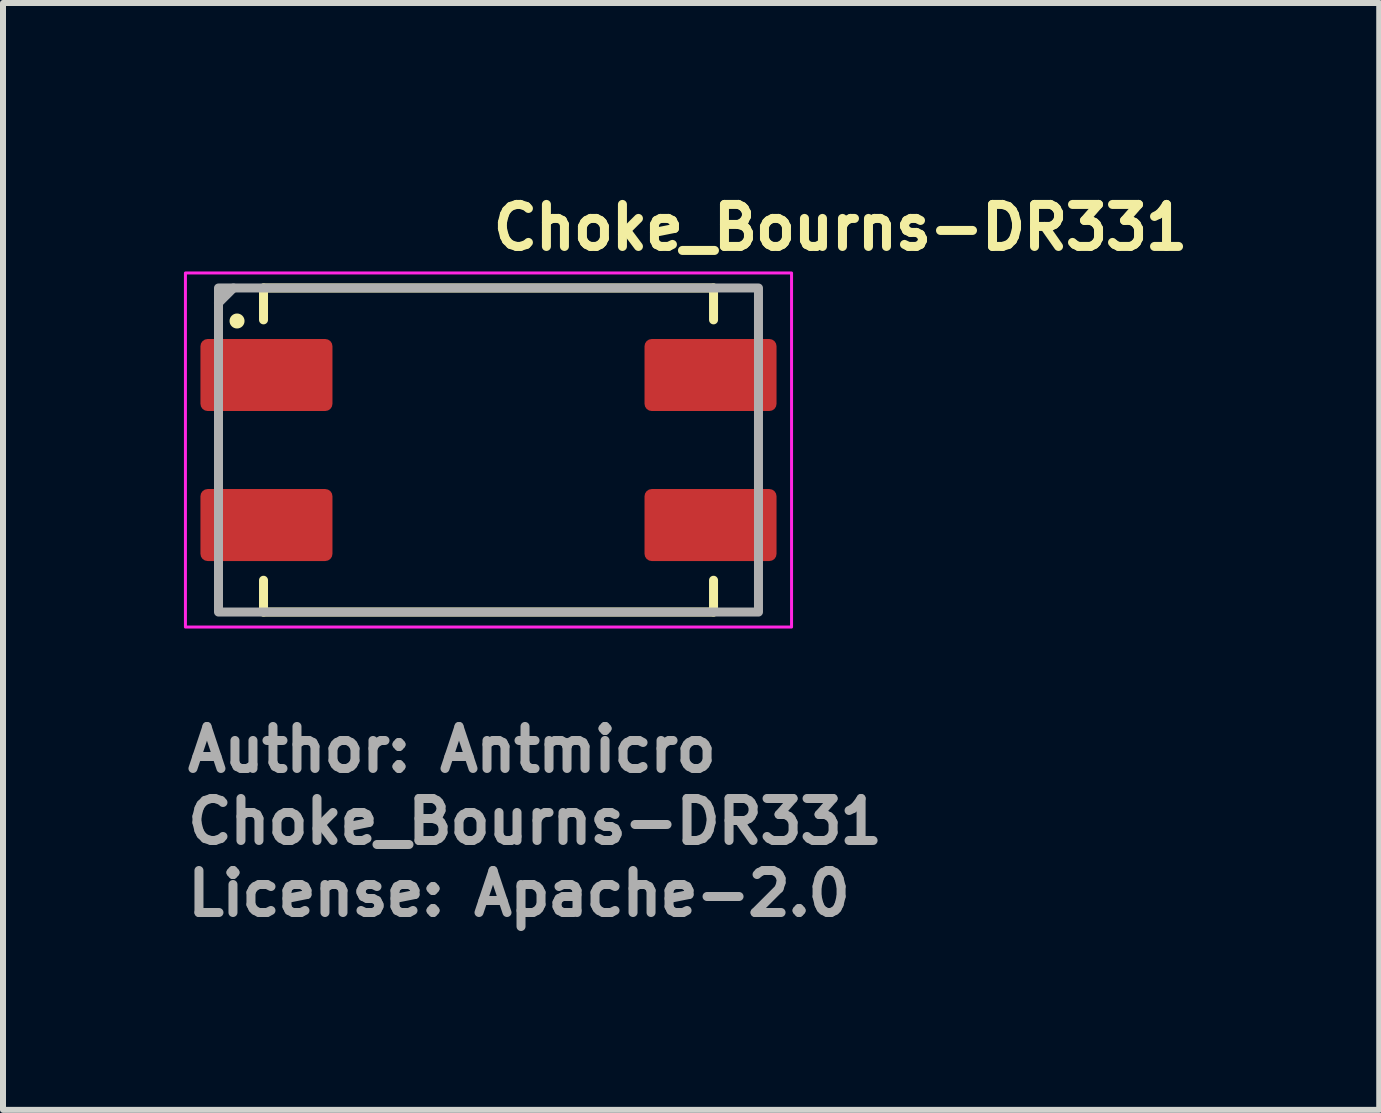
<source format=kicad_pcb>
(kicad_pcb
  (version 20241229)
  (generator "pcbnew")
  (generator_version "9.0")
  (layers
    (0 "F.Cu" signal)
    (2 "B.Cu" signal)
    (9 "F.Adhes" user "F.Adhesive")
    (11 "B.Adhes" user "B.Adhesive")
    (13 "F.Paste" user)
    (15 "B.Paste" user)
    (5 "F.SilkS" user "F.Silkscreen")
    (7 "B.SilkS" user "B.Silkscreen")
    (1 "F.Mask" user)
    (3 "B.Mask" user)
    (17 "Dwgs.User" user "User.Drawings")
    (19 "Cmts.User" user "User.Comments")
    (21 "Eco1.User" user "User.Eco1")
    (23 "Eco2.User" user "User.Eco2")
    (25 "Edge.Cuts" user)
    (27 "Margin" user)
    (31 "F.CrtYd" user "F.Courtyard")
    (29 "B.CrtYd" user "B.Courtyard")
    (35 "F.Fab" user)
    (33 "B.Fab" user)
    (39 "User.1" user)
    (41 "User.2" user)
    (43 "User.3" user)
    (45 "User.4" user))
  (footprint "Choke_Bourns-DR331"
    (layer "F.Cu")
    (at 5.09 4.449)
    (property "Reference" "Choke_Bourns-DR331" (at 0 -3.299 0) (layer "F.SilkS") (effects (font (size 0.7 0.7) (thickness 0.15)) (justify left bottom)))
    (attr smd)
    (fp_line (start -3.749 -2.7) (end 3.75 -2.7) (stroke (width 0.15) (type solid)) (layer "F.SilkS"))
    (fp_line (start -3.749 -2.169) (end -3.749 -2.7) (stroke (width 0.15) (type solid)) (layer "F.SilkS"))
    (fp_line (start -3.749 2.17) (end -3.749 2.7) (stroke (width 0.15) (type solid)) (layer "F.SilkS"))
    (fp_line (start 3.75 -2.169) (end 3.75 -2.7) (stroke (width 0.15) (type solid)) (layer "F.SilkS"))
    (fp_line (start 3.75 2.17) (end 3.75 2.7) (stroke (width 0.15) (type solid)) (layer "F.SilkS"))
    (fp_line (start 3.75 2.7) (end -3.749 2.7) (stroke (width 0.15) (type solid)) (layer "F.SilkS"))
    (fp_circle (center -4.19 -2.15) (end -4.14 -2.15) (stroke (width 0.15) (type solid)) (fill yes) (layer "F.SilkS"))
    (fp_rect (start -5.05 -2.95) (end 5.05 2.95) (stroke (width 0.05) (type solid)) (fill no) (layer "F.CrtYd"))
    (fp_line (start -4.25 -2.7) (end -4.5 -2.45) (stroke (width 0.15) (type solid)) (layer "F.Fab"))
    (fp_rect (start -4.499 -2.7) (end 4.499 2.7) (stroke (width 0.15) (type solid)) (fill no) (layer "F.Fab"))
    (fp_rect (start -4.499 -2.7) (end 4.499 2.7) (stroke (width 0.1) (type solid)) (fill no) (layer "User.5"))
    (fp_line (start -4.499 -1.52) (end -3.65 -1.52) (stroke (width 0.02) (type solid)) (layer "User.9"))
    (fp_line (start -4.499 -1.02) (end -4.499 -1.52) (stroke (width 0.02) (type solid)) (layer "User.9"))
    (fp_line (start -4.499 1.02) (end -3.65 1.02) (stroke (width 0.02) (type solid)) (layer "User.9"))
    (fp_line (start -4.499 1.52) (end -4.499 1.02) (stroke (width 0.02) (type solid)) (layer "User.9"))
    (fp_line (start -3.65 -2.45) (end -3.65 2.45) (stroke (width 0.02) (type solid)) (layer "User.9"))
    (fp_line (start -3.65 -2.45) (end -3.4 -2.45) (stroke (width 0.02) (type solid)) (layer "User.9"))
    (fp_line (start -3.65 -1.02) (end -4.499 -1.02) (stroke (width 0.02) (type solid)) (layer "User.9"))
    (fp_line (start -3.65 1.52) (end -4.499 1.52) (stroke (width 0.02) (type solid)) (layer "User.9"))
    (fp_line (start -3.65 2.45) (end -3.649 2.462) (stroke (width 0.02) (type solid)) (layer "User.9"))
    (fp_line (start -3.649 -2.461) (end -3.65 -2.45) (stroke (width 0.02) (type solid)) (layer "User.9"))
    (fp_line (start -3.649 2.462) (end -3.648 2.474) (stroke (width 0.02) (type solid)) (layer "User.9"))
    (fp_line (start -3.648 -2.485) (end -3.648 -2.474) (stroke (width 0.02) (type solid)) (layer "User.9"))
    (fp_line (start -3.648 -2.474) (end -3.649 -2.461) (stroke (width 0.02) (type solid)) (layer "User.9"))
    (fp_line (start -3.648 2.474) (end -3.648 2.486) (stroke (width 0.02) (type solid)) (layer "User.9"))
    (fp_line (start -3.648 2.486) (end -3.645 2.499) (stroke (width 0.02) (type solid)) (layer "User.9"))
    (fp_line (start -3.645 -2.499) (end -3.648 -2.485) (stroke (width 0.02) (type solid)) (layer "User.9"))
    (fp_line (start -3.645 2.499) (end -3.642 2.509) (stroke (width 0.02) (type solid)) (layer "User.9"))
    (fp_line (start -3.642 -2.509) (end -3.645 -2.499) (stroke (width 0.02) (type solid)) (layer "User.9"))
    (fp_line (start -3.642 2.509) (end -3.64 2.521) (stroke (width 0.02) (type solid)) (layer "User.9"))
    (fp_line (start -3.64 -2.522) (end -3.642 -2.509) (stroke (width 0.02) (type solid)) (layer "User.9"))
    (fp_line (start -3.64 2.521) (end -3.636 2.533) (stroke (width 0.02) (type solid)) (layer "User.9"))
    (fp_line (start -3.636 -2.533) (end -3.64 -2.522) (stroke (width 0.02) (type solid)) (layer "User.9"))
    (fp_line (start -3.636 2.533) (end -3.63 2.545) (stroke (width 0.02) (type solid)) (layer "User.9"))
    (fp_line (start -3.63 -2.545) (end -3.636 -2.533) (stroke (width 0.02) (type solid)) (layer "User.9"))
    (fp_line (start -3.63 2.545) (end -3.626 2.556) (stroke (width 0.02) (type solid)) (layer "User.9"))
    (fp_line (start -3.626 -2.556) (end -3.63 -2.545) (stroke (width 0.02) (type solid)) (layer "User.9"))
    (fp_line (start -3.626 2.556) (end -3.62 2.567) (stroke (width 0.02) (type solid)) (layer "User.9"))
    (fp_line (start -3.62 -2.567) (end -3.626 -2.556) (stroke (width 0.02) (type solid)) (layer "User.9"))
    (fp_line (start -3.62 2.567) (end -3.614 2.577) (stroke (width 0.02) (type solid)) (layer "User.9"))
    (fp_line (start -3.614 -2.577) (end -3.62 -2.567) (stroke (width 0.02) (type solid)) (layer "User.9"))
    (fp_line (start -3.614 2.577) (end -3.608 2.588) (stroke (width 0.02) (type solid)) (layer "User.9"))
    (fp_line (start -3.608 -2.588) (end -3.614 -2.577) (stroke (width 0.02) (type solid)) (layer "User.9"))
    (fp_line (start -3.608 2.588) (end -3.6 2.598) (stroke (width 0.02) (type solid)) (layer "User.9"))
    (fp_line (start -3.6 -2.597) (end -3.608 -2.588) (stroke (width 0.02) (type solid)) (layer "User.9"))
    (fp_line (start -3.6 2.598) (end -3.593 2.608) (stroke (width 0.02) (type solid)) (layer "User.9"))
    (fp_line (start -3.593 -2.608) (end -3.6 -2.597) (stroke (width 0.02) (type solid)) (layer "User.9"))
    (fp_line (start -3.593 2.608) (end -3.585 2.617) (stroke (width 0.02) (type solid)) (layer "User.9"))
    (fp_line (start -3.585 -2.617) (end -3.593 -2.608) (stroke (width 0.02) (type solid)) (layer "User.9"))
    (fp_line (start -3.585 2.617) (end -3.576 2.626) (stroke (width 0.02) (type solid)) (layer "User.9"))
    (fp_line (start -3.576 -2.625) (end -3.585 -2.617) (stroke (width 0.02) (type solid)) (layer "User.9"))
    (fp_line (start -3.576 -2.625) (end -3.576 -2.625) (stroke (width 0.02) (type solid)) (layer "User.9"))
    (fp_line (start -3.576 2.626) (end -3.576 2.626) (stroke (width 0.02) (type solid)) (layer "User.9"))
    (fp_line (start -3.576 2.626) (end -3.567 2.634) (stroke (width 0.02) (type solid)) (layer "User.9"))
    (fp_line (start -3.567 -2.634) (end -3.576 -2.625) (stroke (width 0.02) (type solid)) (layer "User.9"))
    (fp_line (start -3.567 2.634) (end -3.559 2.642) (stroke (width 0.02) (type solid)) (layer "User.9"))
    (fp_line (start -3.559 -2.642) (end -3.567 -2.634) (stroke (width 0.02) (type solid)) (layer "User.9"))
    (fp_line (start -3.559 2.642) (end -3.548 2.65) (stroke (width 0.02) (type solid)) (layer "User.9"))
    (fp_line (start -3.548 -2.649) (end -3.559 -2.642) (stroke (width 0.02) (type solid)) (layer "User.9"))
    (fp_line (start -3.548 2.65) (end -3.539 2.657) (stroke (width 0.02) (type solid)) (layer "User.9"))
    (fp_line (start -3.539 -2.657) (end -3.548 -2.649) (stroke (width 0.02) (type solid)) (layer "User.9"))
    (fp_line (start -3.539 2.657) (end -3.528 2.664) (stroke (width 0.02) (type solid)) (layer "User.9"))
    (fp_line (start -3.528 -2.663) (end -3.539 -2.657) (stroke (width 0.02) (type solid)) (layer "User.9"))
    (fp_line (start -3.528 2.664) (end -3.517 2.67) (stroke (width 0.02) (type solid)) (layer "User.9"))
    (fp_line (start -3.517 -2.67) (end -3.528 -2.663) (stroke (width 0.02) (type solid)) (layer "User.9"))
    (fp_line (start -3.517 2.67) (end -3.507 2.676) (stroke (width 0.02) (type solid)) (layer "User.9"))
    (fp_line (start -3.507 -2.676) (end -3.517 -2.67) (stroke (width 0.02) (type solid)) (layer "User.9"))
    (fp_line (start -3.507 2.676) (end -3.495 2.68) (stroke (width 0.02) (type solid)) (layer "User.9"))
    (fp_line (start -3.495 -2.679) (end -3.507 -2.676) (stroke (width 0.02) (type solid)) (layer "User.9"))
    (fp_line (start -3.495 2.68) (end -3.484 2.685) (stroke (width 0.02) (type solid)) (layer "User.9"))
    (fp_line (start -3.484 -2.685) (end -3.495 -2.679) (stroke (width 0.02) (type solid)) (layer "User.9"))
    (fp_line (start -3.484 2.685) (end -3.472 2.689) (stroke (width 0.02) (type solid)) (layer "User.9"))
    (fp_line (start -3.472 -2.689) (end -3.484 -2.685) (stroke (width 0.02) (type solid)) (layer "User.9"))
    (fp_line (start -3.472 2.689) (end -3.46 2.692) (stroke (width 0.02) (type solid)) (layer "User.9"))
    (fp_line (start -3.46 -2.692) (end -3.472 -2.689) (stroke (width 0.02) (type solid)) (layer "User.9"))
    (fp_line (start -3.46 2.692) (end -3.448 2.694) (stroke (width 0.02) (type solid)) (layer "User.9"))
    (fp_line (start -3.448 -2.694) (end -3.46 -2.692) (stroke (width 0.02) (type solid)) (layer "User.9"))
    (fp_line (start -3.448 2.694) (end -3.436 2.697) (stroke (width 0.02) (type solid)) (layer "User.9"))
    (fp_line (start -3.436 -2.697) (end -3.448 -2.694) (stroke (width 0.02) (type solid)) (layer "User.9"))
    (fp_line (start -3.436 2.697) (end -3.424 2.698) (stroke (width 0.02) (type solid)) (layer "User.9"))
    (fp_line (start -3.424 -2.698) (end -3.436 -2.697) (stroke (width 0.02) (type solid)) (layer "User.9"))
    (fp_line (start -3.424 2.698) (end -3.412 2.698) (stroke (width 0.02) (type solid)) (layer "User.9"))
    (fp_line (start -3.412 -2.698) (end -3.424 -2.698) (stroke (width 0.02) (type solid)) (layer "User.9"))
    (fp_line (start -3.412 2.698) (end -3.4 2.7) (stroke (width 0.02) (type solid)) (layer "User.9"))
    (fp_line (start -3.4 -2.7) (end -3.412 -2.698) (stroke (width 0.02) (type solid)) (layer "User.9"))
    (fp_line (start -3.4 -2.7) (end 3.399 -2.7) (stroke (width 0.02) (type solid)) (layer "User.9"))
    (fp_line (start -3.4 2.7) (end -3.4 2.45) (stroke (width 0.02) (type solid)) (layer "User.9"))
    (fp_line (start 3.399 -2.7) (end 3.399 -2.45) (stroke (width 0.02) (type solid)) (layer "User.9"))
    (fp_line (start 3.399 2.7) (end -3.4 2.7) (stroke (width 0.02) (type solid)) (layer "User.9"))
    (fp_line (start 3.399 2.7) (end 3.412 2.698) (stroke (width 0.02) (type solid)) (layer "User.9"))
    (fp_line (start 3.412 -2.698) (end 3.399 -2.7) (stroke (width 0.02) (type solid)) (layer "User.9"))
    (fp_line (start 3.412 2.698) (end 3.423 2.698) (stroke (width 0.02) (type solid)) (layer "User.9"))
    (fp_line (start 3.423 -2.698) (end 3.412 -2.698) (stroke (width 0.02) (type solid)) (layer "User.9"))
    (fp_line (start 3.423 2.698) (end 3.436 2.697) (stroke (width 0.02) (type solid)) (layer "User.9"))
    (fp_line (start 3.436 -2.697) (end 3.423 -2.698) (stroke (width 0.02) (type solid)) (layer "User.9"))
    (fp_line (start 3.436 2.697) (end 3.447 2.694) (stroke (width 0.02) (type solid)) (layer "User.9"))
    (fp_line (start 3.447 -2.694) (end 3.436 -2.697) (stroke (width 0.02) (type solid)) (layer "User.9"))
    (fp_line (start 3.447 2.694) (end 3.46 2.692) (stroke (width 0.02) (type solid)) (layer "User.9"))
    (fp_line (start 3.46 -2.692) (end 3.447 -2.694) (stroke (width 0.02) (type solid)) (layer "User.9"))
    (fp_line (start 3.46 2.692) (end 3.471 2.689) (stroke (width 0.02) (type solid)) (layer "User.9"))
    (fp_line (start 3.471 -2.689) (end 3.46 -2.692) (stroke (width 0.02) (type solid)) (layer "User.9"))
    (fp_line (start 3.471 2.689) (end 3.484 2.685) (stroke (width 0.02) (type solid)) (layer "User.9"))
    (fp_line (start 3.484 -2.685) (end 3.471 -2.689) (stroke (width 0.02) (type solid)) (layer "User.9"))
    (fp_line (start 3.484 2.685) (end 3.495 2.68) (stroke (width 0.02) (type solid)) (layer "User.9"))
    (fp_line (start 3.495 -2.679) (end 3.484 -2.685) (stroke (width 0.02) (type solid)) (layer "User.9"))
    (fp_line (start 3.495 2.68) (end 3.506 2.676) (stroke (width 0.02) (type solid)) (layer "User.9"))
    (fp_line (start 3.506 -2.676) (end 3.495 -2.679) (stroke (width 0.02) (type solid)) (layer "User.9"))
    (fp_line (start 3.506 2.676) (end 3.516 2.67) (stroke (width 0.02) (type solid)) (layer "User.9"))
    (fp_line (start 3.516 -2.67) (end 3.506 -2.676) (stroke (width 0.02) (type solid)) (layer "User.9"))
    (fp_line (start 3.516 2.67) (end 3.527 2.664) (stroke (width 0.02) (type solid)) (layer "User.9"))
    (fp_line (start 3.527 -2.663) (end 3.516 -2.67) (stroke (width 0.02) (type solid)) (layer "User.9"))
    (fp_line (start 3.527 2.664) (end 3.538 2.657) (stroke (width 0.02) (type solid)) (layer "User.9"))
    (fp_line (start 3.538 -2.657) (end 3.527 -2.663) (stroke (width 0.02) (type solid)) (layer "User.9"))
    (fp_line (start 3.538 2.657) (end 3.548 2.65) (stroke (width 0.02) (type solid)) (layer "User.9"))
    (fp_line (start 3.548 -2.649) (end 3.538 -2.657) (stroke (width 0.02) (type solid)) (layer "User.9"))
    (fp_line (start 3.548 2.65) (end 3.557 2.642) (stroke (width 0.02) (type solid)) (layer "User.9"))
    (fp_line (start 3.557 -2.642) (end 3.548 -2.649) (stroke (width 0.02) (type solid)) (layer "User.9"))
    (fp_line (start 3.557 2.642) (end 3.567 2.634) (stroke (width 0.02) (type solid)) (layer "User.9"))
    (fp_line (start 3.567 -2.634) (end 3.557 -2.642) (stroke (width 0.02) (type solid)) (layer "User.9"))
    (fp_line (start 3.567 2.634) (end 3.575 2.626) (stroke (width 0.02) (type solid)) (layer "User.9"))
    (fp_line (start 3.575 -2.625) (end 3.567 -2.634) (stroke (width 0.02) (type solid)) (layer "User.9"))
    (fp_line (start 3.575 -2.625) (end 3.575 -2.625) (stroke (width 0.02) (type solid)) (layer "User.9"))
    (fp_line (start 3.575 2.626) (end 3.575 2.626) (stroke (width 0.02) (type solid)) (layer "User.9"))
    (fp_line (start 3.575 2.626) (end 3.585 2.617) (stroke (width 0.02) (type solid)) (layer "User.9"))
    (fp_line (start 3.585 -2.617) (end 3.575 -2.625) (stroke (width 0.02) (type solid)) (layer "User.9"))
    (fp_line (start 3.585 2.617) (end 3.593 2.608) (stroke (width 0.02) (type solid)) (layer "User.9"))
    (fp_line (start 3.593 -2.608) (end 3.585 -2.617) (stroke (width 0.02) (type solid)) (layer "User.9"))
    (fp_line (start 3.593 2.608) (end 3.599 2.598) (stroke (width 0.02) (type solid)) (layer "User.9"))
    (fp_line (start 3.599 -2.597) (end 3.593 -2.608) (stroke (width 0.02) (type solid)) (layer "User.9"))
    (fp_line (start 3.599 2.598) (end 3.607 2.588) (stroke (width 0.02) (type solid)) (layer "User.9"))
    (fp_line (start 3.607 -2.588) (end 3.599 -2.597) (stroke (width 0.02) (type solid)) (layer "User.9"))
    (fp_line (start 3.607 2.588) (end 3.614 2.577) (stroke (width 0.02) (type solid)) (layer "User.9"))
    (fp_line (start 3.614 -2.577) (end 3.607 -2.588) (stroke (width 0.02) (type solid)) (layer "User.9"))
    (fp_line (start 3.614 2.577) (end 3.62 2.567) (stroke (width 0.02) (type solid)) (layer "User.9"))
    (fp_line (start 3.62 -2.567) (end 3.614 -2.577) (stroke (width 0.02) (type solid)) (layer "User.9"))
    (fp_line (start 3.62 2.567) (end 3.625 2.556) (stroke (width 0.02) (type solid)) (layer "User.9"))
    (fp_line (start 3.625 -2.556) (end 3.62 -2.567) (stroke (width 0.02) (type solid)) (layer "User.9"))
    (fp_line (start 3.625 2.556) (end 3.63 2.545) (stroke (width 0.02) (type solid)) (layer "User.9"))
    (fp_line (start 3.63 -2.545) (end 3.625 -2.556) (stroke (width 0.02) (type solid)) (layer "User.9"))
    (fp_line (start 3.63 2.545) (end 3.634 2.533) (stroke (width 0.02) (type solid)) (layer "User.9"))
    (fp_line (start 3.634 -2.533) (end 3.63 -2.545) (stroke (width 0.02) (type solid)) (layer "User.9"))
    (fp_line (start 3.634 2.533) (end 3.639 2.521) (stroke (width 0.02) (type solid)) (layer "User.9"))
    (fp_line (start 3.639 -2.522) (end 3.634 -2.533) (stroke (width 0.02) (type solid)) (layer "User.9"))
    (fp_line (start 3.639 2.521) (end 3.641 2.509) (stroke (width 0.02) (type solid)) (layer "User.9"))
    (fp_line (start 3.641 -2.509) (end 3.639 -2.522) (stroke (width 0.02) (type solid)) (layer "User.9"))
    (fp_line (start 3.641 2.509) (end 3.644 2.499) (stroke (width 0.02) (type solid)) (layer "User.9"))
    (fp_line (start 3.644 -2.499) (end 3.641 -2.509) (stroke (width 0.02) (type solid)) (layer "User.9"))
    (fp_line (start 3.644 2.499) (end 3.647 2.486) (stroke (width 0.02) (type solid)) (layer "User.9"))
    (fp_line (start 3.647 -2.485) (end 3.644 -2.499) (stroke (width 0.02) (type solid)) (layer "User.9"))
    (fp_line (start 3.647 -2.474) (end 3.647 -2.485) (stroke (width 0.02) (type solid)) (layer "User.9"))
    (fp_line (start 3.647 2.474) (end 3.649 2.462) (stroke (width 0.02) (type solid)) (layer "User.9"))
    (fp_line (start 3.647 2.486) (end 3.647 2.474) (stroke (width 0.02) (type solid)) (layer "User.9"))
    (fp_line (start 3.649 -2.461) (end 3.647 -2.474) (stroke (width 0.02) (type solid)) (layer "User.9"))
    (fp_line (start 3.649 -2.45) (end 3.649 -2.461) (stroke (width 0.02) (type solid)) (layer "User.9"))
    (fp_line (start 3.649 -2.45) (end 3.649 2.45) (stroke (width 0.02) (type solid)) (layer "User.9"))
    (fp_line (start 3.649 -1.52) (end 4.499 -1.52) (stroke (width 0.02) (type solid)) (layer "User.9"))
    (fp_line (start 3.649 1.02) (end 4.499 1.02) (stroke (width 0.02) (type solid)) (layer "User.9"))
    (fp_line (start 3.649 2.45) (end 3.399 2.45) (stroke (width 0.02) (type solid)) (layer "User.9"))
    (fp_line (start 3.649 2.462) (end 3.649 2.45) (stroke (width 0.02) (type solid)) (layer "User.9"))
    (fp_line (start 4.499 -1.52) (end 4.499 -1.02) (stroke (width 0.02) (type solid)) (layer "User.9"))
    (fp_line (start 4.499 -1.02) (end 3.649 -1.02) (stroke (width 0.02) (type solid)) (layer "User.9"))
    (fp_line (start 4.499 1.02) (end 4.499 1.52) (stroke (width 0.02) (type solid)) (layer "User.9"))
    (fp_line (start 4.499 1.52) (end 3.649 1.52) (stroke (width 0.02) (type solid)) (layer "User.9"))
    (fp_text user "Author: Antmicro" (at -5.09 5.4 0) (layer "F.Fab") (effects (font (size 0.7 0.7) (thickness 0.15)) (justify left bottom)))
    (fp_text user "License: Apache-2.0" (at -5.09 7.8 0) (layer "F.Fab") (effects (font (size 0.7 0.7) (thickness 0.15)) (justify left bottom)))
    (fp_text user "${REFERENCE}" (at -5.09 6.6 0) (layer "F.Fab") (effects (font (size 0.7 0.7) (thickness 0.15)) (justify left bottom)))
    (pad "1" smd roundrect (at -3.7 -1.25) (size 2.2 1.2) (layers "F.Cu" "F.Mask" "F.Paste") (roundrect_rratio 0.1))
    (pad "2" smd roundrect (at -3.7 1.25) (size 2.2 1.2) (layers "F.Cu" "F.Mask" "F.Paste") (roundrect_rratio 0.1))
    (pad "3" smd roundrect (at 3.7 1.25) (size 2.2 1.2) (layers "F.Cu" "F.Mask" "F.Paste") (roundrect_rratio 0.1))
    (pad "4" smd roundrect (at 3.7 -1.25) (size 2.2 1.2) (layers "F.Cu" "F.Mask" "F.Paste") (roundrect_rratio 0.1)))
  (gr_rect
    (start -3 -3)
    (end 19.933 15.444)
    (stroke (width 0.1) (type default))
    (fill no)
    (layer "Edge.Cuts")))
</source>
